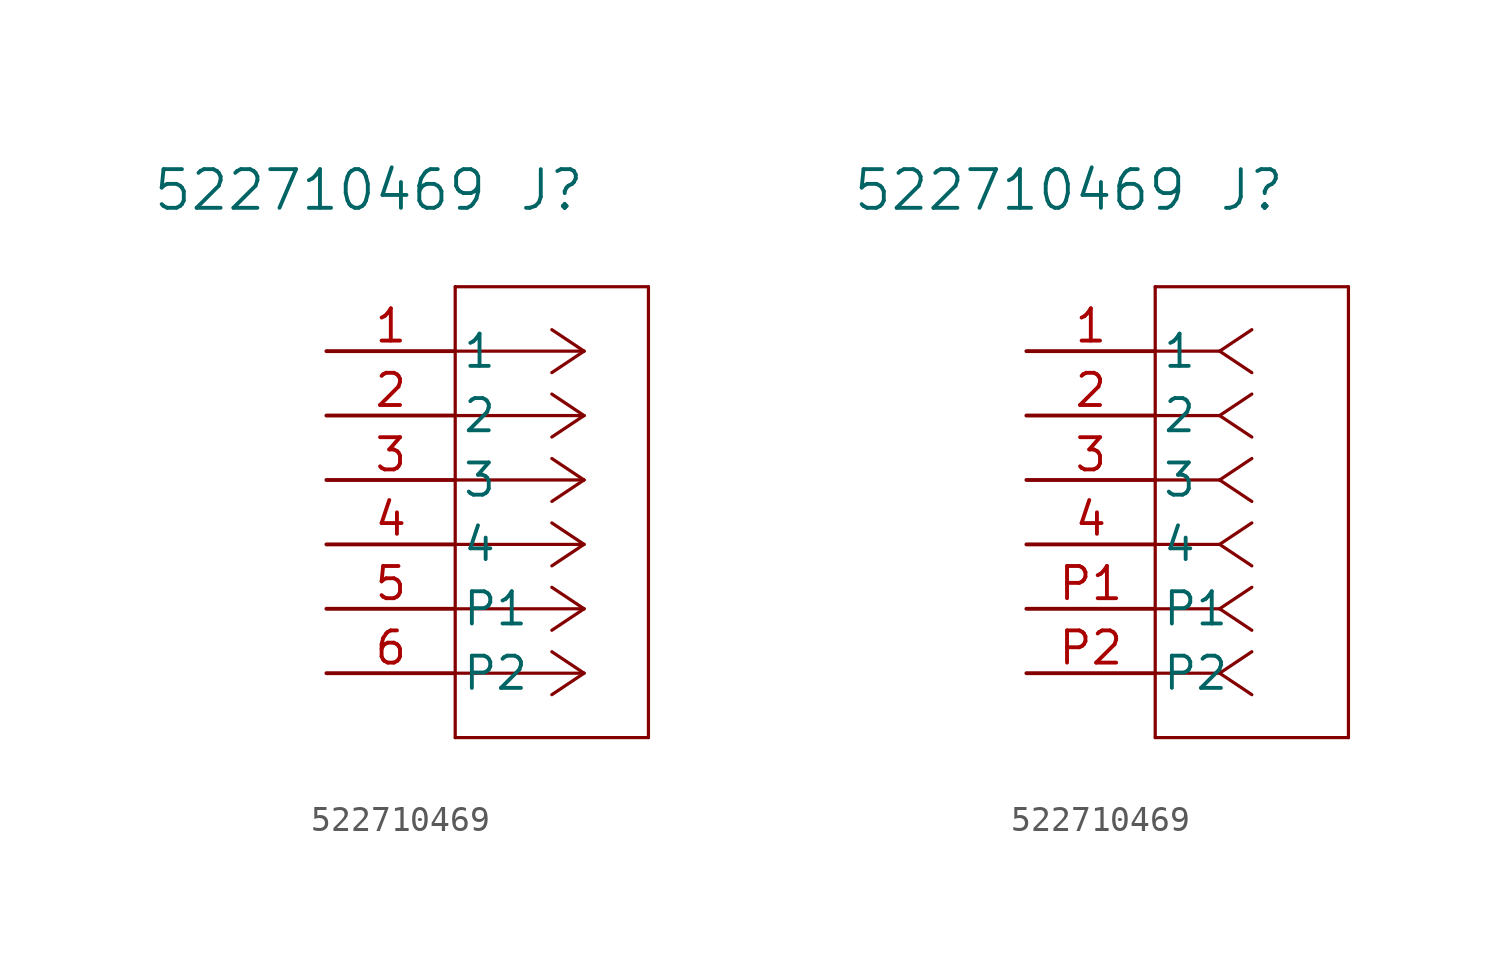
<source format=kicad_sym>
(kicad_symbol_lib
  (version 20231120)
  (generator "kicad_symbol_editor")
  (generator_version "8.0")
  (symbol "522710469"
    (pin_names
      (offset 0.254))
    (property "Reference" "J"
      (at 8.89 6.35 0)
      (effects (font (size 1.524 1.524))))
    (property "Value" "522710469"
      (at -0.254 6.35 0)
      (effects (font (size 1.524 1.524))))
    (property "ki_locked" ""
      (at 0 0 0)
      (effects (font (size 1.27 1.27))))
    (symbol "522710469_1_1"
      (polyline (pts (xy 5.08 -15.24) (xy 12.7 -15.24)) (stroke (width 0.127) (type default)) (fill (type none)))
      (polyline (pts (xy 5.08 2.54) (xy 5.08 -15.24)) (stroke (width 0.127) (type default)) (fill (type none)))
      (polyline (pts (xy 10.16 -12.7) (xy 5.08 -12.7)) (stroke (width 0.127) (type default)) (fill (type none)))
      (polyline (pts (xy 10.16 -12.7) (xy 8.89 -13.547)) (stroke (width 0.127) (type default)) (fill (type none)))
      (polyline (pts (xy 10.16 -12.7) (xy 8.89 -11.853)) (stroke (width 0.127) (type default)) (fill (type none)))
      (polyline (pts (xy 10.16 -10.16) (xy 5.08 -10.16)) (stroke (width 0.127) (type default)) (fill (type none)))
      (polyline (pts (xy 10.16 -10.16) (xy 8.89 -11.007)) (stroke (width 0.127) (type default)) (fill (type none)))
      (polyline (pts (xy 10.16 -10.16) (xy 8.89 -9.313)) (stroke (width 0.127) (type default)) (fill (type none)))
      (polyline (pts (xy 10.16 -7.62) (xy 5.08 -7.62)) (stroke (width 0.127) (type default)) (fill (type none)))
      (polyline (pts (xy 10.16 -7.62) (xy 8.89 -8.467)) (stroke (width 0.127) (type default)) (fill (type none)))
      (polyline (pts (xy 10.16 -7.62) (xy 8.89 -6.773)) (stroke (width 0.127) (type default)) (fill (type none)))
      (polyline (pts (xy 10.16 -5.08) (xy 5.08 -5.08)) (stroke (width 0.127) (type default)) (fill (type none)))
      (polyline (pts (xy 10.16 -5.08) (xy 8.89 -5.927)) (stroke (width 0.127) (type default)) (fill (type none)))
      (polyline (pts (xy 10.16 -5.08) (xy 8.89 -4.233)) (stroke (width 0.127) (type default)) (fill (type none)))
      (polyline (pts (xy 10.16 -2.54) (xy 5.08 -2.54)) (stroke (width 0.127) (type default)) (fill (type none)))
      (polyline (pts (xy 10.16 -2.54) (xy 8.89 -3.387)) (stroke (width 0.127) (type default)) (fill (type none)))
      (polyline (pts (xy 10.16 -2.54) (xy 8.89 -1.693)) (stroke (width 0.127) (type default)) (fill (type none)))
      (polyline (pts (xy 10.16 0) (xy 5.08 0)) (stroke (width 0.127) (type default)) (fill (type none)))
      (polyline (pts (xy 10.16 0) (xy 8.89 -0.847)) (stroke (width 0.127) (type default)) (fill (type none)))
      (polyline (pts (xy 10.16 0) (xy 8.89 0.847)) (stroke (width 0.127) (type default)) (fill (type none)))
      (polyline (pts (xy 12.7 -15.24) (xy 12.7 2.54)) (stroke (width 0.127) (type default)) (fill (type none)))
      (polyline (pts (xy 12.7 2.54) (xy 5.08 2.54)) (stroke (width 0.127) (type default)) (fill (type none)))
      (pin unspecified line (at 0 0 0) (length 5.08) (name "1" (effects (font (size 1.27 1.27)))) (number "1" (effects (font (size 1.27 1.27)))))
      (pin unspecified line (at 0 -2.54 0) (length 5.08) (name "2" (effects (font (size 1.27 1.27)))) (number "2" (effects (font (size 1.27 1.27)))))
      (pin unspecified line (at 0 -5.08 0) (length 5.08) (name "3" (effects (font (size 1.27 1.27)))) (number "3" (effects (font (size 1.27 1.27)))))
      (pin unspecified line (at 0 -7.62 0) (length 5.08) (name "4" (effects (font (size 1.27 1.27)))) (number "4" (effects (font (size 1.27 1.27)))))
      (pin unspecified line (at 0 -10.16 0) (length 5.08) (name "P1" (effects (font (size 1.27 1.27)))) (number "5" (effects (font (size 1.27 1.27)))))
      (pin unspecified line (at 0 -12.7 0) (length 5.08) (name "P2" (effects (font (size 1.27 1.27)))) (number "6" (effects (font (size 1.27 1.27))))))
    (symbol "522710469_1_2"
      (polyline (pts (xy 5.08 -15.24) (xy 12.7 -15.24)) (stroke (width 0.127) (type default)) (fill (type none)))
      (polyline (pts (xy 5.08 2.54) (xy 5.08 -15.24)) (stroke (width 0.127) (type default)) (fill (type none)))
      (polyline (pts (xy 7.62 -12.7) (xy 5.08 -12.7)) (stroke (width 0.127) (type default)) (fill (type none)))
      (polyline (pts (xy 7.62 -12.7) (xy 8.89 -13.547)) (stroke (width 0.127) (type default)) (fill (type none)))
      (polyline (pts (xy 7.62 -12.7) (xy 8.89 -11.853)) (stroke (width 0.127) (type default)) (fill (type none)))
      (polyline (pts (xy 7.62 -10.16) (xy 5.08 -10.16)) (stroke (width 0.127) (type default)) (fill (type none)))
      (polyline (pts (xy 7.62 -10.16) (xy 8.89 -11.007)) (stroke (width 0.127) (type default)) (fill (type none)))
      (polyline (pts (xy 7.62 -10.16) (xy 8.89 -9.313)) (stroke (width 0.127) (type default)) (fill (type none)))
      (polyline (pts (xy 7.62 -7.62) (xy 5.08 -7.62)) (stroke (width 0.127) (type default)) (fill (type none)))
      (polyline (pts (xy 7.62 -7.62) (xy 8.89 -8.467)) (stroke (width 0.127) (type default)) (fill (type none)))
      (polyline (pts (xy 7.62 -7.62) (xy 8.89 -6.773)) (stroke (width 0.127) (type default)) (fill (type none)))
      (polyline (pts (xy 7.62 -5.08) (xy 5.08 -5.08)) (stroke (width 0.127) (type default)) (fill (type none)))
      (polyline (pts (xy 7.62 -5.08) (xy 8.89 -5.927)) (stroke (width 0.127) (type default)) (fill (type none)))
      (polyline (pts (xy 7.62 -5.08) (xy 8.89 -4.233)) (stroke (width 0.127) (type default)) (fill (type none)))
      (polyline (pts (xy 7.62 -2.54) (xy 5.08 -2.54)) (stroke (width 0.127) (type default)) (fill (type none)))
      (polyline (pts (xy 7.62 -2.54) (xy 8.89 -3.387)) (stroke (width 0.127) (type default)) (fill (type none)))
      (polyline (pts (xy 7.62 -2.54) (xy 8.89 -1.693)) (stroke (width 0.127) (type default)) (fill (type none)))
      (polyline (pts (xy 7.62 0) (xy 5.08 0)) (stroke (width 0.127) (type default)) (fill (type none)))
      (polyline (pts (xy 7.62 0) (xy 8.89 -0.847)) (stroke (width 0.127) (type default)) (fill (type none)))
      (polyline (pts (xy 7.62 0) (xy 8.89 0.847)) (stroke (width 0.127) (type default)) (fill (type none)))
      (polyline (pts (xy 12.7 -15.24) (xy 12.7 2.54)) (stroke (width 0.127) (type default)) (fill (type none)))
      (polyline (pts (xy 12.7 2.54) (xy 5.08 2.54)) (stroke (width 0.127) (type default)) (fill (type none)))
      (pin unspecified line (at 0 0 0) (length 5.08) (name "1" (effects (font (size 1.27 1.27)))) (number "1" (effects (font (size 1.27 1.27)))))
      (pin unspecified line (at 0 -2.54 0) (length 5.08) (name "2" (effects (font (size 1.27 1.27)))) (number "2" (effects (font (size 1.27 1.27)))))
      (pin unspecified line (at 0 -5.08 0) (length 5.08) (name "3" (effects (font (size 1.27 1.27)))) (number "3" (effects (font (size 1.27 1.27)))))
      (pin unspecified line (at 0 -7.62 0) (length 5.08) (name "4" (effects (font (size 1.27 1.27)))) (number "4" (effects (font (size 1.27 1.27)))))
      (pin unspecified line (at 0 -10.16 0) (length 5.08) (name "P1" (effects (font (size 1.27 1.27)))) (number "P1" (effects (font (size 1.27 1.27)))))
      (pin unspecified line (at 0 -12.7 0) (length 5.08) (name "P2" (effects (font (size 1.27 1.27)))) (number "P2" (effects (font (size 1.27 1.27))))))))
</source>
